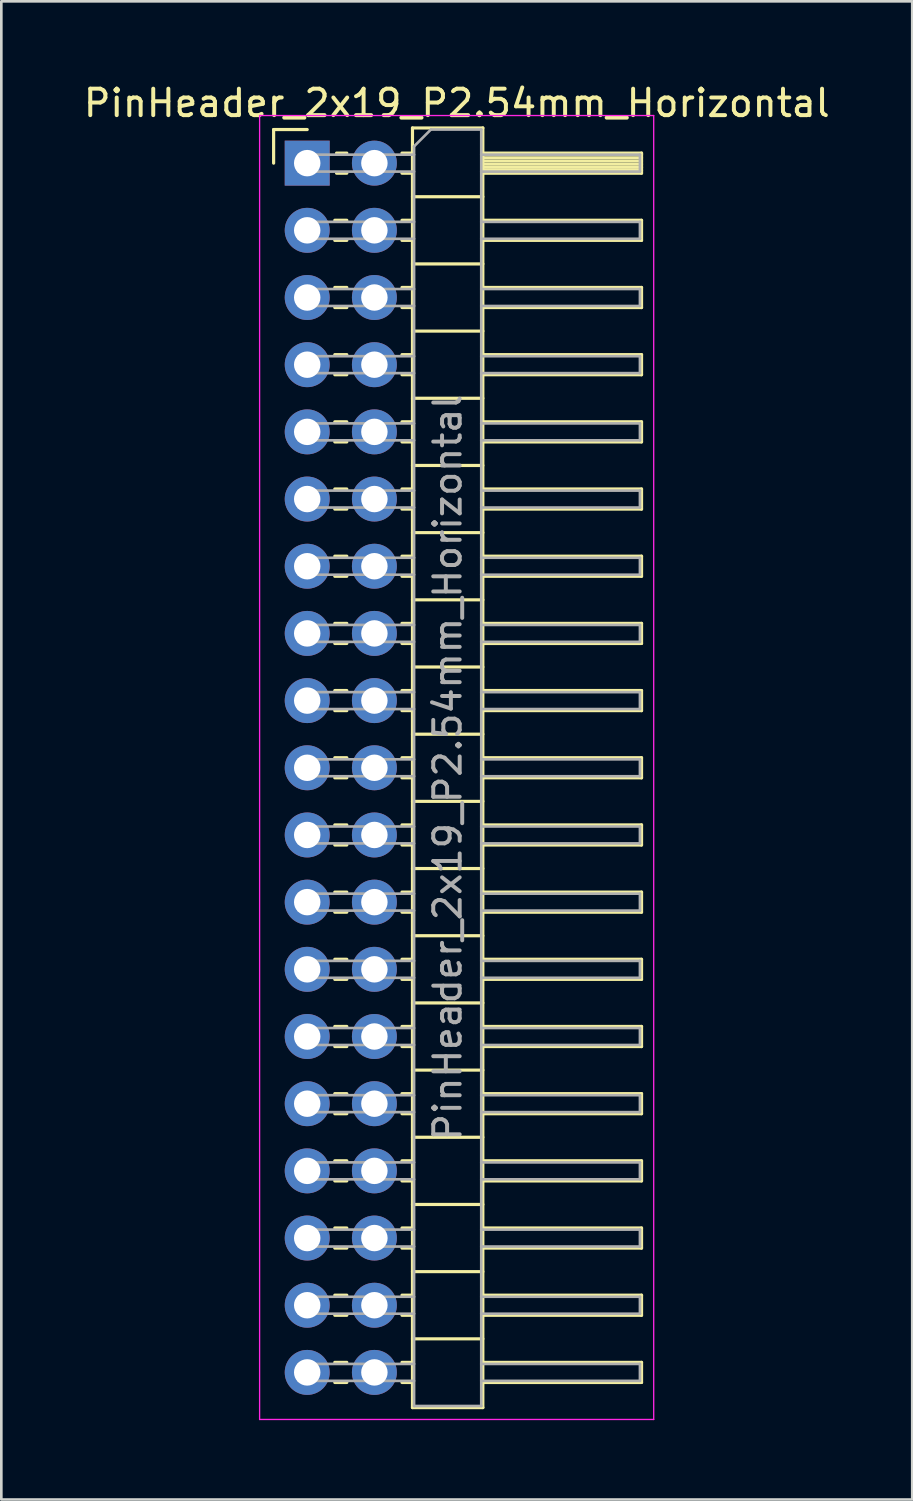
<source format=kicad_pcb>
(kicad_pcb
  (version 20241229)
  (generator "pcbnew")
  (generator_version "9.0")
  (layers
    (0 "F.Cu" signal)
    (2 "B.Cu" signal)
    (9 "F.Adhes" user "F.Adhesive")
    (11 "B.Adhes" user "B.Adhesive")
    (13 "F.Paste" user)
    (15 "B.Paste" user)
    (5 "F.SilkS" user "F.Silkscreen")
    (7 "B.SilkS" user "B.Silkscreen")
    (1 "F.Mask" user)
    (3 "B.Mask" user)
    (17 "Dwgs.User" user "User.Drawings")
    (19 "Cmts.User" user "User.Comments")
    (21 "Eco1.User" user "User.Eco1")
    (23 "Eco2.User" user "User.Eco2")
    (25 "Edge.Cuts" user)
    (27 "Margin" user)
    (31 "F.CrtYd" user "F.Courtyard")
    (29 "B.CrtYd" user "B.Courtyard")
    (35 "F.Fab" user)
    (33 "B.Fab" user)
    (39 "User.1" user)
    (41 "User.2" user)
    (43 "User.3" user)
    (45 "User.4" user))
  (footprint "PinHeader_2x19_P2.54mm_Horizontal"
    (layer "F.Cu")
    (at 8.565 3.118)
    (property "Reference" "PinHeader_2x19_P2.54mm_Horizontal" (at 5.655 -2.27 0) (layer "F.SilkS") (effects (font (size 1 1) (thickness 0.15))))
    (attr through_hole)
    (fp_line (start -1.27 -1.27) (end 0 -1.27) (stroke (width 0.12) (type solid)) (layer "F.SilkS"))
    (fp_line (start -1.27 0) (end -1.27 -1.27) (stroke (width 0.12) (type solid)) (layer "F.SilkS"))
    (fp_line (start 1.043 2.16) (end 1.497 2.16) (stroke (width 0.12) (type solid)) (layer "F.SilkS"))
    (fp_line (start 1.043 2.92) (end 1.497 2.92) (stroke (width 0.12) (type solid)) (layer "F.SilkS"))
    (fp_line (start 1.043 4.7) (end 1.497 4.7) (stroke (width 0.12) (type solid)) (layer "F.SilkS"))
    (fp_line (start 1.043 5.46) (end 1.497 5.46) (stroke (width 0.12) (type solid)) (layer "F.SilkS"))
    (fp_line (start 1.043 7.24) (end 1.497 7.24) (stroke (width 0.12) (type solid)) (layer "F.SilkS"))
    (fp_line (start 1.043 8) (end 1.497 8) (stroke (width 0.12) (type solid)) (layer "F.SilkS"))
    (fp_line (start 1.043 9.78) (end 1.497 9.78) (stroke (width 0.12) (type solid)) (layer "F.SilkS"))
    (fp_line (start 1.043 10.54) (end 1.497 10.54) (stroke (width 0.12) (type solid)) (layer "F.SilkS"))
    (fp_line (start 1.043 12.32) (end 1.497 12.32) (stroke (width 0.12) (type solid)) (layer "F.SilkS"))
    (fp_line (start 1.043 13.08) (end 1.497 13.08) (stroke (width 0.12) (type solid)) (layer "F.SilkS"))
    (fp_line (start 1.043 14.86) (end 1.497 14.86) (stroke (width 0.12) (type solid)) (layer "F.SilkS"))
    (fp_line (start 1.043 15.62) (end 1.497 15.62) (stroke (width 0.12) (type solid)) (layer "F.SilkS"))
    (fp_line (start 1.043 17.4) (end 1.497 17.4) (stroke (width 0.12) (type solid)) (layer "F.SilkS"))
    (fp_line (start 1.043 18.16) (end 1.497 18.16) (stroke (width 0.12) (type solid)) (layer "F.SilkS"))
    (fp_line (start 1.043 19.94) (end 1.497 19.94) (stroke (width 0.12) (type solid)) (layer "F.SilkS"))
    (fp_line (start 1.043 20.7) (end 1.497 20.7) (stroke (width 0.12) (type solid)) (layer "F.SilkS"))
    (fp_line (start 1.043 22.48) (end 1.497 22.48) (stroke (width 0.12) (type solid)) (layer "F.SilkS"))
    (fp_line (start 1.043 23.24) (end 1.497 23.24) (stroke (width 0.12) (type solid)) (layer "F.SilkS"))
    (fp_line (start 1.043 25.02) (end 1.497 25.02) (stroke (width 0.12) (type solid)) (layer "F.SilkS"))
    (fp_line (start 1.043 25.78) (end 1.497 25.78) (stroke (width 0.12) (type solid)) (layer "F.SilkS"))
    (fp_line (start 1.043 27.56) (end 1.497 27.56) (stroke (width 0.12) (type solid)) (layer "F.SilkS"))
    (fp_line (start 1.043 28.32) (end 1.497 28.32) (stroke (width 0.12) (type solid)) (layer "F.SilkS"))
    (fp_line (start 1.043 30.1) (end 1.497 30.1) (stroke (width 0.12) (type solid)) (layer "F.SilkS"))
    (fp_line (start 1.043 30.86) (end 1.497 30.86) (stroke (width 0.12) (type solid)) (layer "F.SilkS"))
    (fp_line (start 1.043 32.64) (end 1.497 32.64) (stroke (width 0.12) (type solid)) (layer "F.SilkS"))
    (fp_line (start 1.043 33.4) (end 1.497 33.4) (stroke (width 0.12) (type solid)) (layer "F.SilkS"))
    (fp_line (start 1.043 35.18) (end 1.497 35.18) (stroke (width 0.12) (type solid)) (layer "F.SilkS"))
    (fp_line (start 1.043 35.94) (end 1.497 35.94) (stroke (width 0.12) (type solid)) (layer "F.SilkS"))
    (fp_line (start 1.043 37.72) (end 1.497 37.72) (stroke (width 0.12) (type solid)) (layer "F.SilkS"))
    (fp_line (start 1.043 38.48) (end 1.497 38.48) (stroke (width 0.12) (type solid)) (layer "F.SilkS"))
    (fp_line (start 1.043 40.26) (end 1.497 40.26) (stroke (width 0.12) (type solid)) (layer "F.SilkS"))
    (fp_line (start 1.043 41.02) (end 1.497 41.02) (stroke (width 0.12) (type solid)) (layer "F.SilkS"))
    (fp_line (start 1.043 42.8) (end 1.497 42.8) (stroke (width 0.12) (type solid)) (layer "F.SilkS"))
    (fp_line (start 1.043 43.56) (end 1.497 43.56) (stroke (width 0.12) (type solid)) (layer "F.SilkS"))
    (fp_line (start 1.043 45.34) (end 1.497 45.34) (stroke (width 0.12) (type solid)) (layer "F.SilkS"))
    (fp_line (start 1.043 46.1) (end 1.497 46.1) (stroke (width 0.12) (type solid)) (layer "F.SilkS"))
    (fp_line (start 1.11 -0.38) (end 1.497 -0.38) (stroke (width 0.12) (type solid)) (layer "F.SilkS"))
    (fp_line (start 1.11 0.38) (end 1.497 0.38) (stroke (width 0.12) (type solid)) (layer "F.SilkS"))
    (fp_line (start 3.583 -0.38) (end 3.98 -0.38) (stroke (width 0.12) (type solid)) (layer "F.SilkS"))
    (fp_line (start 3.583 0.38) (end 3.98 0.38) (stroke (width 0.12) (type solid)) (layer "F.SilkS"))
    (fp_line (start 3.583 2.16) (end 3.98 2.16) (stroke (width 0.12) (type solid)) (layer "F.SilkS"))
    (fp_line (start 3.583 2.92) (end 3.98 2.92) (stroke (width 0.12) (type solid)) (layer "F.SilkS"))
    (fp_line (start 3.583 4.7) (end 3.98 4.7) (stroke (width 0.12) (type solid)) (layer "F.SilkS"))
    (fp_line (start 3.583 5.46) (end 3.98 5.46) (stroke (width 0.12) (type solid)) (layer "F.SilkS"))
    (fp_line (start 3.583 7.24) (end 3.98 7.24) (stroke (width 0.12) (type solid)) (layer "F.SilkS"))
    (fp_line (start 3.583 8) (end 3.98 8) (stroke (width 0.12) (type solid)) (layer "F.SilkS"))
    (fp_line (start 3.583 9.78) (end 3.98 9.78) (stroke (width 0.12) (type solid)) (layer "F.SilkS"))
    (fp_line (start 3.583 10.54) (end 3.98 10.54) (stroke (width 0.12) (type solid)) (layer "F.SilkS"))
    (fp_line (start 3.583 12.32) (end 3.98 12.32) (stroke (width 0.12) (type solid)) (layer "F.SilkS"))
    (fp_line (start 3.583 13.08) (end 3.98 13.08) (stroke (width 0.12) (type solid)) (layer "F.SilkS"))
    (fp_line (start 3.583 14.86) (end 3.98 14.86) (stroke (width 0.12) (type solid)) (layer "F.SilkS"))
    (fp_line (start 3.583 15.62) (end 3.98 15.62) (stroke (width 0.12) (type solid)) (layer "F.SilkS"))
    (fp_line (start 3.583 17.4) (end 3.98 17.4) (stroke (width 0.12) (type solid)) (layer "F.SilkS"))
    (fp_line (start 3.583 18.16) (end 3.98 18.16) (stroke (width 0.12) (type solid)) (layer "F.SilkS"))
    (fp_line (start 3.583 19.94) (end 3.98 19.94) (stroke (width 0.12) (type solid)) (layer "F.SilkS"))
    (fp_line (start 3.583 20.7) (end 3.98 20.7) (stroke (width 0.12) (type solid)) (layer "F.SilkS"))
    (fp_line (start 3.583 22.48) (end 3.98 22.48) (stroke (width 0.12) (type solid)) (layer "F.SilkS"))
    (fp_line (start 3.583 23.24) (end 3.98 23.24) (stroke (width 0.12) (type solid)) (layer "F.SilkS"))
    (fp_line (start 3.583 25.02) (end 3.98 25.02) (stroke (width 0.12) (type solid)) (layer "F.SilkS"))
    (fp_line (start 3.583 25.78) (end 3.98 25.78) (stroke (width 0.12) (type solid)) (layer "F.SilkS"))
    (fp_line (start 3.583 27.56) (end 3.98 27.56) (stroke (width 0.12) (type solid)) (layer "F.SilkS"))
    (fp_line (start 3.583 28.32) (end 3.98 28.32) (stroke (width 0.12) (type solid)) (layer "F.SilkS"))
    (fp_line (start 3.583 30.1) (end 3.98 30.1) (stroke (width 0.12) (type solid)) (layer "F.SilkS"))
    (fp_line (start 3.583 30.86) (end 3.98 30.86) (stroke (width 0.12) (type solid)) (layer "F.SilkS"))
    (fp_line (start 3.583 32.64) (end 3.98 32.64) (stroke (width 0.12) (type solid)) (layer "F.SilkS"))
    (fp_line (start 3.583 33.4) (end 3.98 33.4) (stroke (width 0.12) (type solid)) (layer "F.SilkS"))
    (fp_line (start 3.583 35.18) (end 3.98 35.18) (stroke (width 0.12) (type solid)) (layer "F.SilkS"))
    (fp_line (start 3.583 35.94) (end 3.98 35.94) (stroke (width 0.12) (type solid)) (layer "F.SilkS"))
    (fp_line (start 3.583 37.72) (end 3.98 37.72) (stroke (width 0.12) (type solid)) (layer "F.SilkS"))
    (fp_line (start 3.583 38.48) (end 3.98 38.48) (stroke (width 0.12) (type solid)) (layer "F.SilkS"))
    (fp_line (start 3.583 40.26) (end 3.98 40.26) (stroke (width 0.12) (type solid)) (layer "F.SilkS"))
    (fp_line (start 3.583 41.02) (end 3.98 41.02) (stroke (width 0.12) (type solid)) (layer "F.SilkS"))
    (fp_line (start 3.583 42.8) (end 3.98 42.8) (stroke (width 0.12) (type solid)) (layer "F.SilkS"))
    (fp_line (start 3.583 43.56) (end 3.98 43.56) (stroke (width 0.12) (type solid)) (layer "F.SilkS"))
    (fp_line (start 3.583 45.34) (end 3.98 45.34) (stroke (width 0.12) (type solid)) (layer "F.SilkS"))
    (fp_line (start 3.583 46.1) (end 3.98 46.1) (stroke (width 0.12) (type solid)) (layer "F.SilkS"))
    (fp_line (start 3.98 -1.33) (end 3.98 47.05) (stroke (width 0.12) (type solid)) (layer "F.SilkS"))
    (fp_line (start 3.98 1.27) (end 6.64 1.27) (stroke (width 0.12) (type solid)) (layer "F.SilkS"))
    (fp_line (start 3.98 3.81) (end 6.64 3.81) (stroke (width 0.12) (type solid)) (layer "F.SilkS"))
    (fp_line (start 3.98 6.35) (end 6.64 6.35) (stroke (width 0.12) (type solid)) (layer "F.SilkS"))
    (fp_line (start 3.98 8.89) (end 6.64 8.89) (stroke (width 0.12) (type solid)) (layer "F.SilkS"))
    (fp_line (start 3.98 11.43) (end 6.64 11.43) (stroke (width 0.12) (type solid)) (layer "F.SilkS"))
    (fp_line (start 3.98 13.97) (end 6.64 13.97) (stroke (width 0.12) (type solid)) (layer "F.SilkS"))
    (fp_line (start 3.98 16.51) (end 6.64 16.51) (stroke (width 0.12) (type solid)) (layer "F.SilkS"))
    (fp_line (start 3.98 19.05) (end 6.64 19.05) (stroke (width 0.12) (type solid)) (layer "F.SilkS"))
    (fp_line (start 3.98 21.59) (end 6.64 21.59) (stroke (width 0.12) (type solid)) (layer "F.SilkS"))
    (fp_line (start 3.98 24.13) (end 6.64 24.13) (stroke (width 0.12) (type solid)) (layer "F.SilkS"))
    (fp_line (start 3.98 26.67) (end 6.64 26.67) (stroke (width 0.12) (type solid)) (layer "F.SilkS"))
    (fp_line (start 3.98 29.21) (end 6.64 29.21) (stroke (width 0.12) (type solid)) (layer "F.SilkS"))
    (fp_line (start 3.98 31.75) (end 6.64 31.75) (stroke (width 0.12) (type solid)) (layer "F.SilkS"))
    (fp_line (start 3.98 34.29) (end 6.64 34.29) (stroke (width 0.12) (type solid)) (layer "F.SilkS"))
    (fp_line (start 3.98 36.83) (end 6.64 36.83) (stroke (width 0.12) (type solid)) (layer "F.SilkS"))
    (fp_line (start 3.98 39.37) (end 6.64 39.37) (stroke (width 0.12) (type solid)) (layer "F.SilkS"))
    (fp_line (start 3.98 41.91) (end 6.64 41.91) (stroke (width 0.12) (type solid)) (layer "F.SilkS"))
    (fp_line (start 3.98 44.45) (end 6.64 44.45) (stroke (width 0.12) (type solid)) (layer "F.SilkS"))
    (fp_line (start 3.98 47.05) (end 6.64 47.05) (stroke (width 0.12) (type solid)) (layer "F.SilkS"))
    (fp_line (start 6.64 -1.33) (end 3.98 -1.33) (stroke (width 0.12) (type solid)) (layer "F.SilkS"))
    (fp_line (start 6.64 -0.38) (end 12.64 -0.38) (stroke (width 0.12) (type solid)) (layer "F.SilkS"))
    (fp_line (start 6.64 -0.32) (end 12.64 -0.32) (stroke (width 0.12) (type solid)) (layer "F.SilkS"))
    (fp_line (start 6.64 -0.2) (end 12.64 -0.2) (stroke (width 0.12) (type solid)) (layer "F.SilkS"))
    (fp_line (start 6.64 -0.08) (end 12.64 -0.08) (stroke (width 0.12) (type solid)) (layer "F.SilkS"))
    (fp_line (start 6.64 0.04) (end 12.64 0.04) (stroke (width 0.12) (type solid)) (layer "F.SilkS"))
    (fp_line (start 6.64 0.16) (end 12.64 0.16) (stroke (width 0.12) (type solid)) (layer "F.SilkS"))
    (fp_line (start 6.64 0.28) (end 12.64 0.28) (stroke (width 0.12) (type solid)) (layer "F.SilkS"))
    (fp_line (start 6.64 2.16) (end 12.64 2.16) (stroke (width 0.12) (type solid)) (layer "F.SilkS"))
    (fp_line (start 6.64 4.7) (end 12.64 4.7) (stroke (width 0.12) (type solid)) (layer "F.SilkS"))
    (fp_line (start 6.64 7.24) (end 12.64 7.24) (stroke (width 0.12) (type solid)) (layer "F.SilkS"))
    (fp_line (start 6.64 9.78) (end 12.64 9.78) (stroke (width 0.12) (type solid)) (layer "F.SilkS"))
    (fp_line (start 6.64 12.32) (end 12.64 12.32) (stroke (width 0.12) (type solid)) (layer "F.SilkS"))
    (fp_line (start 6.64 14.86) (end 12.64 14.86) (stroke (width 0.12) (type solid)) (layer "F.SilkS"))
    (fp_line (start 6.64 17.4) (end 12.64 17.4) (stroke (width 0.12) (type solid)) (layer "F.SilkS"))
    (fp_line (start 6.64 19.94) (end 12.64 19.94) (stroke (width 0.12) (type solid)) (layer "F.SilkS"))
    (fp_line (start 6.64 22.48) (end 12.64 22.48) (stroke (width 0.12) (type solid)) (layer "F.SilkS"))
    (fp_line (start 6.64 25.02) (end 12.64 25.02) (stroke (width 0.12) (type solid)) (layer "F.SilkS"))
    (fp_line (start 6.64 27.56) (end 12.64 27.56) (stroke (width 0.12) (type solid)) (layer "F.SilkS"))
    (fp_line (start 6.64 30.1) (end 12.64 30.1) (stroke (width 0.12) (type solid)) (layer "F.SilkS"))
    (fp_line (start 6.64 32.64) (end 12.64 32.64) (stroke (width 0.12) (type solid)) (layer "F.SilkS"))
    (fp_line (start 6.64 35.18) (end 12.64 35.18) (stroke (width 0.12) (type solid)) (layer "F.SilkS"))
    (fp_line (start 6.64 37.72) (end 12.64 37.72) (stroke (width 0.12) (type solid)) (layer "F.SilkS"))
    (fp_line (start 6.64 40.26) (end 12.64 40.26) (stroke (width 0.12) (type solid)) (layer "F.SilkS"))
    (fp_line (start 6.64 42.8) (end 12.64 42.8) (stroke (width 0.12) (type solid)) (layer "F.SilkS"))
    (fp_line (start 6.64 45.34) (end 12.64 45.34) (stroke (width 0.12) (type solid)) (layer "F.SilkS"))
    (fp_line (start 6.64 47.05) (end 6.64 -1.33) (stroke (width 0.12) (type solid)) (layer "F.SilkS"))
    (fp_line (start 12.64 -0.38) (end 12.64 0.38) (stroke (width 0.12) (type solid)) (layer "F.SilkS"))
    (fp_line (start 12.64 0.38) (end 6.64 0.38) (stroke (width 0.12) (type solid)) (layer "F.SilkS"))
    (fp_line (start 12.64 2.16) (end 12.64 2.92) (stroke (width 0.12) (type solid)) (layer "F.SilkS"))
    (fp_line (start 12.64 2.92) (end 6.64 2.92) (stroke (width 0.12) (type solid)) (layer "F.SilkS"))
    (fp_line (start 12.64 4.7) (end 12.64 5.46) (stroke (width 0.12) (type solid)) (layer "F.SilkS"))
    (fp_line (start 12.64 5.46) (end 6.64 5.46) (stroke (width 0.12) (type solid)) (layer "F.SilkS"))
    (fp_line (start 12.64 7.24) (end 12.64 8) (stroke (width 0.12) (type solid)) (layer "F.SilkS"))
    (fp_line (start 12.64 8) (end 6.64 8) (stroke (width 0.12) (type solid)) (layer "F.SilkS"))
    (fp_line (start 12.64 9.78) (end 12.64 10.54) (stroke (width 0.12) (type solid)) (layer "F.SilkS"))
    (fp_line (start 12.64 10.54) (end 6.64 10.54) (stroke (width 0.12) (type solid)) (layer "F.SilkS"))
    (fp_line (start 12.64 12.32) (end 12.64 13.08) (stroke (width 0.12) (type solid)) (layer "F.SilkS"))
    (fp_line (start 12.64 13.08) (end 6.64 13.08) (stroke (width 0.12) (type solid)) (layer "F.SilkS"))
    (fp_line (start 12.64 14.86) (end 12.64 15.62) (stroke (width 0.12) (type solid)) (layer "F.SilkS"))
    (fp_line (start 12.64 15.62) (end 6.64 15.62) (stroke (width 0.12) (type solid)) (layer "F.SilkS"))
    (fp_line (start 12.64 17.4) (end 12.64 18.16) (stroke (width 0.12) (type solid)) (layer "F.SilkS"))
    (fp_line (start 12.64 18.16) (end 6.64 18.16) (stroke (width 0.12) (type solid)) (layer "F.SilkS"))
    (fp_line (start 12.64 19.94) (end 12.64 20.7) (stroke (width 0.12) (type solid)) (layer "F.SilkS"))
    (fp_line (start 12.64 20.7) (end 6.64 20.7) (stroke (width 0.12) (type solid)) (layer "F.SilkS"))
    (fp_line (start 12.64 22.48) (end 12.64 23.24) (stroke (width 0.12) (type solid)) (layer "F.SilkS"))
    (fp_line (start 12.64 23.24) (end 6.64 23.24) (stroke (width 0.12) (type solid)) (layer "F.SilkS"))
    (fp_line (start 12.64 25.02) (end 12.64 25.78) (stroke (width 0.12) (type solid)) (layer "F.SilkS"))
    (fp_line (start 12.64 25.78) (end 6.64 25.78) (stroke (width 0.12) (type solid)) (layer "F.SilkS"))
    (fp_line (start 12.64 27.56) (end 12.64 28.32) (stroke (width 0.12) (type solid)) (layer "F.SilkS"))
    (fp_line (start 12.64 28.32) (end 6.64 28.32) (stroke (width 0.12) (type solid)) (layer "F.SilkS"))
    (fp_line (start 12.64 30.1) (end 12.64 30.86) (stroke (width 0.12) (type solid)) (layer "F.SilkS"))
    (fp_line (start 12.64 30.86) (end 6.64 30.86) (stroke (width 0.12) (type solid)) (layer "F.SilkS"))
    (fp_line (start 12.64 32.64) (end 12.64 33.4) (stroke (width 0.12) (type solid)) (layer "F.SilkS"))
    (fp_line (start 12.64 33.4) (end 6.64 33.4) (stroke (width 0.12) (type solid)) (layer "F.SilkS"))
    (fp_line (start 12.64 35.18) (end 12.64 35.94) (stroke (width 0.12) (type solid)) (layer "F.SilkS"))
    (fp_line (start 12.64 35.94) (end 6.64 35.94) (stroke (width 0.12) (type solid)) (layer "F.SilkS"))
    (fp_line (start 12.64 37.72) (end 12.64 38.48) (stroke (width 0.12) (type solid)) (layer "F.SilkS"))
    (fp_line (start 12.64 38.48) (end 6.64 38.48) (stroke (width 0.12) (type solid)) (layer "F.SilkS"))
    (fp_line (start 12.64 40.26) (end 12.64 41.02) (stroke (width 0.12) (type solid)) (layer "F.SilkS"))
    (fp_line (start 12.64 41.02) (end 6.64 41.02) (stroke (width 0.12) (type solid)) (layer "F.SilkS"))
    (fp_line (start 12.64 42.8) (end 12.64 43.56) (stroke (width 0.12) (type solid)) (layer "F.SilkS"))
    (fp_line (start 12.64 43.56) (end 6.64 43.56) (stroke (width 0.12) (type solid)) (layer "F.SilkS"))
    (fp_line (start 12.64 45.34) (end 12.64 46.1) (stroke (width 0.12) (type solid)) (layer "F.SilkS"))
    (fp_line (start 12.64 46.1) (end 6.64 46.1) (stroke (width 0.12) (type solid)) (layer "F.SilkS"))
    (fp_line (start -1.8 -1.8) (end -1.8 47.5) (stroke (width 0.05) (type solid)) (layer "F.CrtYd"))
    (fp_line (start -1.8 47.5) (end 13.1 47.5) (stroke (width 0.05) (type solid)) (layer "F.CrtYd"))
    (fp_line (start 13.1 -1.8) (end -1.8 -1.8) (stroke (width 0.05) (type solid)) (layer "F.CrtYd"))
    (fp_line (start 13.1 47.5) (end 13.1 -1.8) (stroke (width 0.05) (type solid)) (layer "F.CrtYd"))
    (fp_line (start -0.32 -0.32) (end -0.32 0.32) (stroke (width 0.1) (type solid)) (layer "F.Fab"))
    (fp_line (start -0.32 -0.32) (end 4.04 -0.32) (stroke (width 0.1) (type solid)) (layer "F.Fab"))
    (fp_line (start -0.32 0.32) (end 4.04 0.32) (stroke (width 0.1) (type solid)) (layer "F.Fab"))
    (fp_line (start -0.32 2.22) (end -0.32 2.86) (stroke (width 0.1) (type solid)) (layer "F.Fab"))
    (fp_line (start -0.32 2.22) (end 4.04 2.22) (stroke (width 0.1) (type solid)) (layer "F.Fab"))
    (fp_line (start -0.32 2.86) (end 4.04 2.86) (stroke (width 0.1) (type solid)) (layer "F.Fab"))
    (fp_line (start -0.32 4.76) (end -0.32 5.4) (stroke (width 0.1) (type solid)) (layer "F.Fab"))
    (fp_line (start -0.32 4.76) (end 4.04 4.76) (stroke (width 0.1) (type solid)) (layer "F.Fab"))
    (fp_line (start -0.32 5.4) (end 4.04 5.4) (stroke (width 0.1) (type solid)) (layer "F.Fab"))
    (fp_line (start -0.32 7.3) (end -0.32 7.94) (stroke (width 0.1) (type solid)) (layer "F.Fab"))
    (fp_line (start -0.32 7.3) (end 4.04 7.3) (stroke (width 0.1) (type solid)) (layer "F.Fab"))
    (fp_line (start -0.32 7.94) (end 4.04 7.94) (stroke (width 0.1) (type solid)) (layer "F.Fab"))
    (fp_line (start -0.32 9.84) (end -0.32 10.48) (stroke (width 0.1) (type solid)) (layer "F.Fab"))
    (fp_line (start -0.32 9.84) (end 4.04 9.84) (stroke (width 0.1) (type solid)) (layer "F.Fab"))
    (fp_line (start -0.32 10.48) (end 4.04 10.48) (stroke (width 0.1) (type solid)) (layer "F.Fab"))
    (fp_line (start -0.32 12.38) (end -0.32 13.02) (stroke (width 0.1) (type solid)) (layer "F.Fab"))
    (fp_line (start -0.32 12.38) (end 4.04 12.38) (stroke (width 0.1) (type solid)) (layer "F.Fab"))
    (fp_line (start -0.32 13.02) (end 4.04 13.02) (stroke (width 0.1) (type solid)) (layer "F.Fab"))
    (fp_line (start -0.32 14.92) (end -0.32 15.56) (stroke (width 0.1) (type solid)) (layer "F.Fab"))
    (fp_line (start -0.32 14.92) (end 4.04 14.92) (stroke (width 0.1) (type solid)) (layer "F.Fab"))
    (fp_line (start -0.32 15.56) (end 4.04 15.56) (stroke (width 0.1) (type solid)) (layer "F.Fab"))
    (fp_line (start -0.32 17.46) (end -0.32 18.1) (stroke (width 0.1) (type solid)) (layer "F.Fab"))
    (fp_line (start -0.32 17.46) (end 4.04 17.46) (stroke (width 0.1) (type solid)) (layer "F.Fab"))
    (fp_line (start -0.32 18.1) (end 4.04 18.1) (stroke (width 0.1) (type solid)) (layer "F.Fab"))
    (fp_line (start -0.32 20) (end -0.32 20.64) (stroke (width 0.1) (type solid)) (layer "F.Fab"))
    (fp_line (start -0.32 20) (end 4.04 20) (stroke (width 0.1) (type solid)) (layer "F.Fab"))
    (fp_line (start -0.32 20.64) (end 4.04 20.64) (stroke (width 0.1) (type solid)) (layer "F.Fab"))
    (fp_line (start -0.32 22.54) (end -0.32 23.18) (stroke (width 0.1) (type solid)) (layer "F.Fab"))
    (fp_line (start -0.32 22.54) (end 4.04 22.54) (stroke (width 0.1) (type solid)) (layer "F.Fab"))
    (fp_line (start -0.32 23.18) (end 4.04 23.18) (stroke (width 0.1) (type solid)) (layer "F.Fab"))
    (fp_line (start -0.32 25.08) (end -0.32 25.72) (stroke (width 0.1) (type solid)) (layer "F.Fab"))
    (fp_line (start -0.32 25.08) (end 4.04 25.08) (stroke (width 0.1) (type solid)) (layer "F.Fab"))
    (fp_line (start -0.32 25.72) (end 4.04 25.72) (stroke (width 0.1) (type solid)) (layer "F.Fab"))
    (fp_line (start -0.32 27.62) (end -0.32 28.26) (stroke (width 0.1) (type solid)) (layer "F.Fab"))
    (fp_line (start -0.32 27.62) (end 4.04 27.62) (stroke (width 0.1) (type solid)) (layer "F.Fab"))
    (fp_line (start -0.32 28.26) (end 4.04 28.26) (stroke (width 0.1) (type solid)) (layer "F.Fab"))
    (fp_line (start -0.32 30.16) (end -0.32 30.8) (stroke (width 0.1) (type solid)) (layer "F.Fab"))
    (fp_line (start -0.32 30.16) (end 4.04 30.16) (stroke (width 0.1) (type solid)) (layer "F.Fab"))
    (fp_line (start -0.32 30.8) (end 4.04 30.8) (stroke (width 0.1) (type solid)) (layer "F.Fab"))
    (fp_line (start -0.32 32.7) (end -0.32 33.34) (stroke (width 0.1) (type solid)) (layer "F.Fab"))
    (fp_line (start -0.32 32.7) (end 4.04 32.7) (stroke (width 0.1) (type solid)) (layer "F.Fab"))
    (fp_line (start -0.32 33.34) (end 4.04 33.34) (stroke (width 0.1) (type solid)) (layer "F.Fab"))
    (fp_line (start -0.32 35.24) (end -0.32 35.88) (stroke (width 0.1) (type solid)) (layer "F.Fab"))
    (fp_line (start -0.32 35.24) (end 4.04 35.24) (stroke (width 0.1) (type solid)) (layer "F.Fab"))
    (fp_line (start -0.32 35.88) (end 4.04 35.88) (stroke (width 0.1) (type solid)) (layer "F.Fab"))
    (fp_line (start -0.32 37.78) (end -0.32 38.42) (stroke (width 0.1) (type solid)) (layer "F.Fab"))
    (fp_line (start -0.32 37.78) (end 4.04 37.78) (stroke (width 0.1) (type solid)) (layer "F.Fab"))
    (fp_line (start -0.32 38.42) (end 4.04 38.42) (stroke (width 0.1) (type solid)) (layer "F.Fab"))
    (fp_line (start -0.32 40.32) (end -0.32 40.96) (stroke (width 0.1) (type solid)) (layer "F.Fab"))
    (fp_line (start -0.32 40.32) (end 4.04 40.32) (stroke (width 0.1) (type solid)) (layer "F.Fab"))
    (fp_line (start -0.32 40.96) (end 4.04 40.96) (stroke (width 0.1) (type solid)) (layer "F.Fab"))
    (fp_line (start -0.32 42.86) (end -0.32 43.5) (stroke (width 0.1) (type solid)) (layer "F.Fab"))
    (fp_line (start -0.32 42.86) (end 4.04 42.86) (stroke (width 0.1) (type solid)) (layer "F.Fab"))
    (fp_line (start -0.32 43.5) (end 4.04 43.5) (stroke (width 0.1) (type solid)) (layer "F.Fab"))
    (fp_line (start -0.32 45.4) (end -0.32 46.04) (stroke (width 0.1) (type solid)) (layer "F.Fab"))
    (fp_line (start -0.32 45.4) (end 4.04 45.4) (stroke (width 0.1) (type solid)) (layer "F.Fab"))
    (fp_line (start -0.32 46.04) (end 4.04 46.04) (stroke (width 0.1) (type solid)) (layer "F.Fab"))
    (fp_line (start 4.04 -0.635) (end 4.675 -1.27) (stroke (width 0.1) (type solid)) (layer "F.Fab"))
    (fp_line (start 4.04 46.99) (end 4.04 -0.635) (stroke (width 0.1) (type solid)) (layer "F.Fab"))
    (fp_line (start 4.675 -1.27) (end 6.58 -1.27) (stroke (width 0.1) (type solid)) (layer "F.Fab"))
    (fp_line (start 6.58 -1.27) (end 6.58 46.99) (stroke (width 0.1) (type solid)) (layer "F.Fab"))
    (fp_line (start 6.58 -0.32) (end 12.58 -0.32) (stroke (width 0.1) (type solid)) (layer "F.Fab"))
    (fp_line (start 6.58 0.32) (end 12.58 0.32) (stroke (width 0.1) (type solid)) (layer "F.Fab"))
    (fp_line (start 6.58 2.22) (end 12.58 2.22) (stroke (width 0.1) (type solid)) (layer "F.Fab"))
    (fp_line (start 6.58 2.86) (end 12.58 2.86) (stroke (width 0.1) (type solid)) (layer "F.Fab"))
    (fp_line (start 6.58 4.76) (end 12.58 4.76) (stroke (width 0.1) (type solid)) (layer "F.Fab"))
    (fp_line (start 6.58 5.4) (end 12.58 5.4) (stroke (width 0.1) (type solid)) (layer "F.Fab"))
    (fp_line (start 6.58 7.3) (end 12.58 7.3) (stroke (width 0.1) (type solid)) (layer "F.Fab"))
    (fp_line (start 6.58 7.94) (end 12.58 7.94) (stroke (width 0.1) (type solid)) (layer "F.Fab"))
    (fp_line (start 6.58 9.84) (end 12.58 9.84) (stroke (width 0.1) (type solid)) (layer "F.Fab"))
    (fp_line (start 6.58 10.48) (end 12.58 10.48) (stroke (width 0.1) (type solid)) (layer "F.Fab"))
    (fp_line (start 6.58 12.38) (end 12.58 12.38) (stroke (width 0.1) (type solid)) (layer "F.Fab"))
    (fp_line (start 6.58 13.02) (end 12.58 13.02) (stroke (width 0.1) (type solid)) (layer "F.Fab"))
    (fp_line (start 6.58 14.92) (end 12.58 14.92) (stroke (width 0.1) (type solid)) (layer "F.Fab"))
    (fp_line (start 6.58 15.56) (end 12.58 15.56) (stroke (width 0.1) (type solid)) (layer "F.Fab"))
    (fp_line (start 6.58 17.46) (end 12.58 17.46) (stroke (width 0.1) (type solid)) (layer "F.Fab"))
    (fp_line (start 6.58 18.1) (end 12.58 18.1) (stroke (width 0.1) (type solid)) (layer "F.Fab"))
    (fp_line (start 6.58 20) (end 12.58 20) (stroke (width 0.1) (type solid)) (layer "F.Fab"))
    (fp_line (start 6.58 20.64) (end 12.58 20.64) (stroke (width 0.1) (type solid)) (layer "F.Fab"))
    (fp_line (start 6.58 22.54) (end 12.58 22.54) (stroke (width 0.1) (type solid)) (layer "F.Fab"))
    (fp_line (start 6.58 23.18) (end 12.58 23.18) (stroke (width 0.1) (type solid)) (layer "F.Fab"))
    (fp_line (start 6.58 25.08) (end 12.58 25.08) (stroke (width 0.1) (type solid)) (layer "F.Fab"))
    (fp_line (start 6.58 25.72) (end 12.58 25.72) (stroke (width 0.1) (type solid)) (layer "F.Fab"))
    (fp_line (start 6.58 27.62) (end 12.58 27.62) (stroke (width 0.1) (type solid)) (layer "F.Fab"))
    (fp_line (start 6.58 28.26) (end 12.58 28.26) (stroke (width 0.1) (type solid)) (layer "F.Fab"))
    (fp_line (start 6.58 30.16) (end 12.58 30.16) (stroke (width 0.1) (type solid)) (layer "F.Fab"))
    (fp_line (start 6.58 30.8) (end 12.58 30.8) (stroke (width 0.1) (type solid)) (layer "F.Fab"))
    (fp_line (start 6.58 32.7) (end 12.58 32.7) (stroke (width 0.1) (type solid)) (layer "F.Fab"))
    (fp_line (start 6.58 33.34) (end 12.58 33.34) (stroke (width 0.1) (type solid)) (layer "F.Fab"))
    (fp_line (start 6.58 35.24) (end 12.58 35.24) (stroke (width 0.1) (type solid)) (layer "F.Fab"))
    (fp_line (start 6.58 35.88) (end 12.58 35.88) (stroke (width 0.1) (type solid)) (layer "F.Fab"))
    (fp_line (start 6.58 37.78) (end 12.58 37.78) (stroke (width 0.1) (type solid)) (layer "F.Fab"))
    (fp_line (start 6.58 38.42) (end 12.58 38.42) (stroke (width 0.1) (type solid)) (layer "F.Fab"))
    (fp_line (start 6.58 40.32) (end 12.58 40.32) (stroke (width 0.1) (type solid)) (layer "F.Fab"))
    (fp_line (start 6.58 40.96) (end 12.58 40.96) (stroke (width 0.1) (type solid)) (layer "F.Fab"))
    (fp_line (start 6.58 42.86) (end 12.58 42.86) (stroke (width 0.1) (type solid)) (layer "F.Fab"))
    (fp_line (start 6.58 43.5) (end 12.58 43.5) (stroke (width 0.1) (type solid)) (layer "F.Fab"))
    (fp_line (start 6.58 45.4) (end 12.58 45.4) (stroke (width 0.1) (type solid)) (layer "F.Fab"))
    (fp_line (start 6.58 46.04) (end 12.58 46.04) (stroke (width 0.1) (type solid)) (layer "F.Fab"))
    (fp_line (start 6.58 46.99) (end 4.04 46.99) (stroke (width 0.1) (type solid)) (layer "F.Fab"))
    (fp_line (start 12.58 -0.32) (end 12.58 0.32) (stroke (width 0.1) (type solid)) (layer "F.Fab"))
    (fp_line (start 12.58 2.22) (end 12.58 2.86) (stroke (width 0.1) (type solid)) (layer "F.Fab"))
    (fp_line (start 12.58 4.76) (end 12.58 5.4) (stroke (width 0.1) (type solid)) (layer "F.Fab"))
    (fp_line (start 12.58 7.3) (end 12.58 7.94) (stroke (width 0.1) (type solid)) (layer "F.Fab"))
    (fp_line (start 12.58 9.84) (end 12.58 10.48) (stroke (width 0.1) (type solid)) (layer "F.Fab"))
    (fp_line (start 12.58 12.38) (end 12.58 13.02) (stroke (width 0.1) (type solid)) (layer "F.Fab"))
    (fp_line (start 12.58 14.92) (end 12.58 15.56) (stroke (width 0.1) (type solid)) (layer "F.Fab"))
    (fp_line (start 12.58 17.46) (end 12.58 18.1) (stroke (width 0.1) (type solid)) (layer "F.Fab"))
    (fp_line (start 12.58 20) (end 12.58 20.64) (stroke (width 0.1) (type solid)) (layer "F.Fab"))
    (fp_line (start 12.58 22.54) (end 12.58 23.18) (stroke (width 0.1) (type solid)) (layer "F.Fab"))
    (fp_line (start 12.58 25.08) (end 12.58 25.72) (stroke (width 0.1) (type solid)) (layer "F.Fab"))
    (fp_line (start 12.58 27.62) (end 12.58 28.26) (stroke (width 0.1) (type solid)) (layer "F.Fab"))
    (fp_line (start 12.58 30.16) (end 12.58 30.8) (stroke (width 0.1) (type solid)) (layer "F.Fab"))
    (fp_line (start 12.58 32.7) (end 12.58 33.34) (stroke (width 0.1) (type solid)) (layer "F.Fab"))
    (fp_line (start 12.58 35.24) (end 12.58 35.88) (stroke (width 0.1) (type solid)) (layer "F.Fab"))
    (fp_line (start 12.58 37.78) (end 12.58 38.42) (stroke (width 0.1) (type solid)) (layer "F.Fab"))
    (fp_line (start 12.58 40.32) (end 12.58 40.96) (stroke (width 0.1) (type solid)) (layer "F.Fab"))
    (fp_line (start 12.58 42.86) (end 12.58 43.5) (stroke (width 0.1) (type solid)) (layer "F.Fab"))
    (fp_line (start 12.58 45.4) (end 12.58 46.04) (stroke (width 0.1) (type solid)) (layer "F.Fab"))
    (fp_text user "${REFERENCE}" (at 5.31 22.86 90) (layer "F.Fab") (effects (font (size 1 1) (thickness 0.15))))
    (pad "1" thru_hole rect (at 0 0) (size 1.7 1.7) (drill 1) (layers "*.Cu" "*.Mask"))
    (pad "2" thru_hole oval (at 2.54 0) (size 1.7 1.7) (drill 1) (layers "*.Cu" "*.Mask"))
    (pad "3" thru_hole oval (at 0 2.54) (size 1.7 1.7) (drill 1) (layers "*.Cu" "*.Mask"))
    (pad "4" thru_hole oval (at 2.54 2.54) (size 1.7 1.7) (drill 1) (layers "*.Cu" "*.Mask"))
    (pad "5" thru_hole oval (at 0 5.08) (size 1.7 1.7) (drill 1) (layers "*.Cu" "*.Mask"))
    (pad "6" thru_hole oval (at 2.54 5.08) (size 1.7 1.7) (drill 1) (layers "*.Cu" "*.Mask"))
    (pad "7" thru_hole oval (at 0 7.62) (size 1.7 1.7) (drill 1) (layers "*.Cu" "*.Mask"))
    (pad "8" thru_hole oval (at 2.54 7.62) (size 1.7 1.7) (drill 1) (layers "*.Cu" "*.Mask"))
    (pad "9" thru_hole oval (at 0 10.16) (size 1.7 1.7) (drill 1) (layers "*.Cu" "*.Mask"))
    (pad "10" thru_hole oval (at 2.54 10.16) (size 1.7 1.7) (drill 1) (layers "*.Cu" "*.Mask"))
    (pad "11" thru_hole oval (at 0 12.7) (size 1.7 1.7) (drill 1) (layers "*.Cu" "*.Mask"))
    (pad "12" thru_hole oval (at 2.54 12.7) (size 1.7 1.7) (drill 1) (layers "*.Cu" "*.Mask"))
    (pad "13" thru_hole oval (at 0 15.24) (size 1.7 1.7) (drill 1) (layers "*.Cu" "*.Mask"))
    (pad "14" thru_hole oval (at 2.54 15.24) (size 1.7 1.7) (drill 1) (layers "*.Cu" "*.Mask"))
    (pad "15" thru_hole oval (at 0 17.78) (size 1.7 1.7) (drill 1) (layers "*.Cu" "*.Mask"))
    (pad "16" thru_hole oval (at 2.54 17.78) (size 1.7 1.7) (drill 1) (layers "*.Cu" "*.Mask"))
    (pad "17" thru_hole oval (at 0 20.32) (size 1.7 1.7) (drill 1) (layers "*.Cu" "*.Mask"))
    (pad "18" thru_hole oval (at 2.54 20.32) (size 1.7 1.7) (drill 1) (layers "*.Cu" "*.Mask"))
    (pad "19" thru_hole oval (at 0 22.86) (size 1.7 1.7) (drill 1) (layers "*.Cu" "*.Mask"))
    (pad "20" thru_hole oval (at 2.54 22.86) (size 1.7 1.7) (drill 1) (layers "*.Cu" "*.Mask"))
    (pad "21" thru_hole oval (at 0 25.4) (size 1.7 1.7) (drill 1) (layers "*.Cu" "*.Mask"))
    (pad "22" thru_hole oval (at 2.54 25.4) (size 1.7 1.7) (drill 1) (layers "*.Cu" "*.Mask"))
    (pad "23" thru_hole oval (at 0 27.94) (size 1.7 1.7) (drill 1) (layers "*.Cu" "*.Mask"))
    (pad "24" thru_hole oval (at 2.54 27.94) (size 1.7 1.7) (drill 1) (layers "*.Cu" "*.Mask"))
    (pad "25" thru_hole oval (at 0 30.48) (size 1.7 1.7) (drill 1) (layers "*.Cu" "*.Mask"))
    (pad "26" thru_hole oval (at 2.54 30.48) (size 1.7 1.7) (drill 1) (layers "*.Cu" "*.Mask"))
    (pad "27" thru_hole oval (at 0 33.02) (size 1.7 1.7) (drill 1) (layers "*.Cu" "*.Mask"))
    (pad "28" thru_hole oval (at 2.54 33.02) (size 1.7 1.7) (drill 1) (layers "*.Cu" "*.Mask"))
    (pad "29" thru_hole oval (at 0 35.56) (size 1.7 1.7) (drill 1) (layers "*.Cu" "*.Mask"))
    (pad "30" thru_hole oval (at 2.54 35.56) (size 1.7 1.7) (drill 1) (layers "*.Cu" "*.Mask"))
    (pad "31" thru_hole oval (at 0 38.1) (size 1.7 1.7) (drill 1) (layers "*.Cu" "*.Mask"))
    (pad "32" thru_hole oval (at 2.54 38.1) (size 1.7 1.7) (drill 1) (layers "*.Cu" "*.Mask"))
    (pad "33" thru_hole oval (at 0 40.64) (size 1.7 1.7) (drill 1) (layers "*.Cu" "*.Mask"))
    (pad "34" thru_hole oval (at 2.54 40.64) (size 1.7 1.7) (drill 1) (layers "*.Cu" "*.Mask"))
    (pad "35" thru_hole oval (at 0 43.18) (size 1.7 1.7) (drill 1) (layers "*.Cu" "*.Mask"))
    (pad "36" thru_hole oval (at 2.54 43.18) (size 1.7 1.7) (drill 1) (layers "*.Cu" "*.Mask"))
    (pad "37" thru_hole oval (at 0 45.72) (size 1.7 1.7) (drill 1) (layers "*.Cu" "*.Mask"))
    (pad "38" thru_hole oval (at 2.54 45.72) (size 1.7 1.7) (drill 1) (layers "*.Cu" "*.Mask")))
  (gr_rect
    (start -3 -3)
    (end 31.44 53.643)
    (stroke (width 0.1) (type default))
    (fill no)
    (layer "Edge.Cuts")))
</source>
